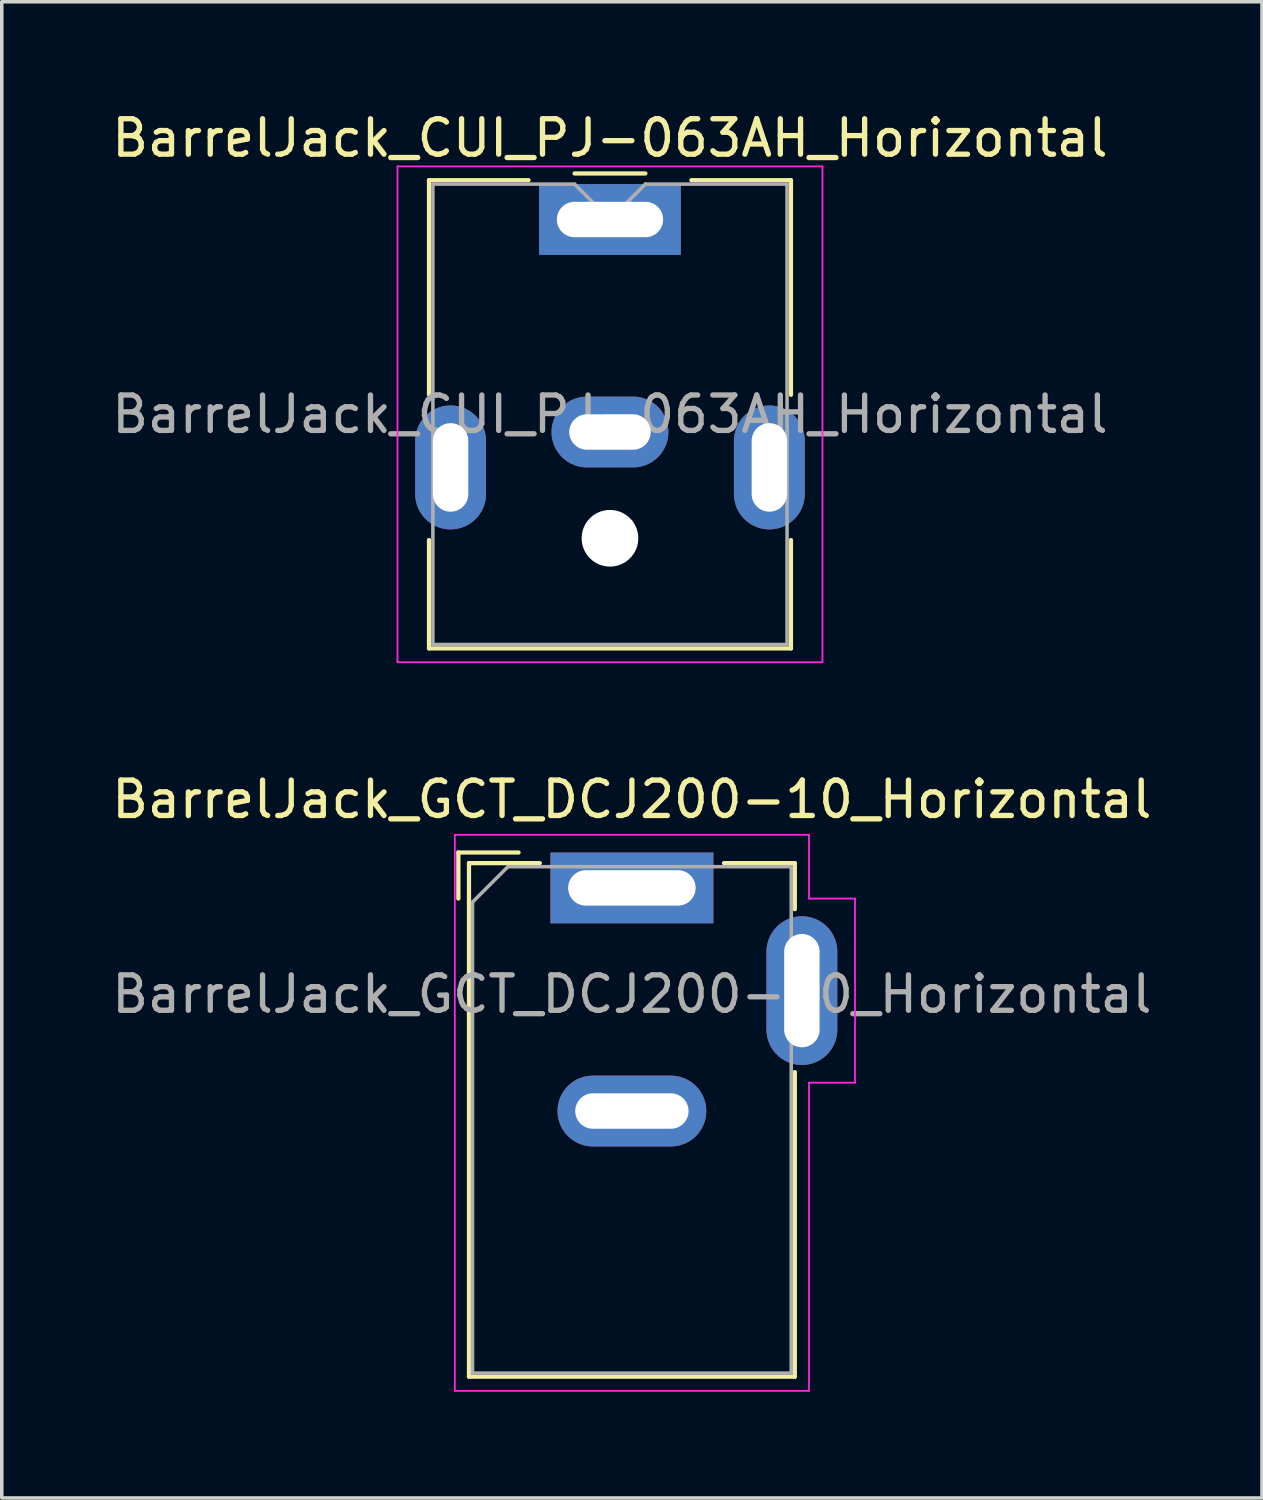
<source format=kicad_pcb>
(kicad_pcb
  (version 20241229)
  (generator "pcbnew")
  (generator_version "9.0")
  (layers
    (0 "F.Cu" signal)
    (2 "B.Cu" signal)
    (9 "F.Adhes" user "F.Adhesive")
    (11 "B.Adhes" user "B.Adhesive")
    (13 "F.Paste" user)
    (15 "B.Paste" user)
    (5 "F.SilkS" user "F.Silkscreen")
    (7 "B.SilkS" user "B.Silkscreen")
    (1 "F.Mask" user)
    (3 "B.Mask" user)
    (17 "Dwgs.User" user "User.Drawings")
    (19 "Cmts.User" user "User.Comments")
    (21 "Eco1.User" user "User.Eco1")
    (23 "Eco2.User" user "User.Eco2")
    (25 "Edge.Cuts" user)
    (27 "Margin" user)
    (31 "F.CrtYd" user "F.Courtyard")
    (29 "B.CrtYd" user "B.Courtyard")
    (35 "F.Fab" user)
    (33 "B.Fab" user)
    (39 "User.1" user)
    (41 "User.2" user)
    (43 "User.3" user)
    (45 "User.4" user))
  (footprint "BarrelJack_CUI_PJ-063AH_Horizontal"
    (layer "F.Cu")
    (at 14.173 3.148)
    (property "Reference" "BarrelJack_CUI_PJ-063AH_Horizontal" (at 0 -2.3 0) (layer "F.SilkS") (effects (font (size 1 1) (thickness 0.15))))
    (attr through_hole)
    (fp_line (start -5.11 -1.11) (end -2.3 -1.11) (stroke (width 0.12) (type solid)) (layer "F.SilkS"))
    (fp_line (start -5.11 4.95) (end -5.11 -1.11) (stroke (width 0.12) (type solid)) (layer "F.SilkS"))
    (fp_line (start -5.11 12.11) (end -5.11 9.05) (stroke (width 0.12) (type solid)) (layer "F.SilkS"))
    (fp_line (start -1 -1.3) (end 1 -1.3) (stroke (width 0.12) (type solid)) (layer "F.SilkS"))
    (fp_line (start 2.3 -1.11) (end 5.11 -1.11) (stroke (width 0.12) (type solid)) (layer "F.SilkS"))
    (fp_line (start 5.11 -1.11) (end 5.11 4.95) (stroke (width 0.12) (type solid)) (layer "F.SilkS"))
    (fp_line (start 5.11 9.05) (end 5.11 12.11) (stroke (width 0.12) (type solid)) (layer "F.SilkS"))
    (fp_line (start 5.11 12.11) (end -5.11 12.11) (stroke (width 0.12) (type solid)) (layer "F.SilkS"))
    (fp_line (start -6 -1.5) (end -6 12.5) (stroke (width 0.05) (type solid)) (layer "F.CrtYd"))
    (fp_line (start -6 12.5) (end 6 12.5) (stroke (width 0.05) (type solid)) (layer "F.CrtYd"))
    (fp_line (start 6 -1.5) (end -6 -1.5) (stroke (width 0.05) (type solid)) (layer "F.CrtYd"))
    (fp_line (start 6 12.5) (end 6 -1.5) (stroke (width 0.05) (type solid)) (layer "F.CrtYd"))
    (fp_line (start -5 -1) (end -1 -1) (stroke (width 0.1) (type solid)) (layer "F.Fab"))
    (fp_line (start -5 12) (end -5 -1) (stroke (width 0.1) (type solid)) (layer "F.Fab"))
    (fp_line (start -1 -1) (end 0 0) (stroke (width 0.1) (type solid)) (layer "F.Fab"))
    (fp_line (start 0 0) (end 1 -1) (stroke (width 0.1) (type solid)) (layer "F.Fab"))
    (fp_line (start 1 -1) (end 5 -1) (stroke (width 0.1) (type solid)) (layer "F.Fab"))
    (fp_line (start 5 -1) (end 5 12) (stroke (width 0.1) (type solid)) (layer "F.Fab"))
    (fp_line (start 5 12) (end -5 12) (stroke (width 0.1) (type solid)) (layer "F.Fab"))
    (fp_text user "${REFERENCE}" (at 0 5.5 0) (layer "F.Fab") (effects (font (size 1 1) (thickness 0.15))))
    (pad "" np_thru_hole circle (at 0 9) (size 1.6 1.6) (drill 1.6) (layers "*.Cu" "*.Mask"))
    (pad "1" thru_hole rect (at 0 0) (size 4 2) (drill oval 3 1) (layers "*.Cu" "*.Mask"))
    (pad "2" thru_hole oval (at 0 6) (size 3.3 2) (drill oval 2.3 1) (layers "*.Cu" "*.Mask"))
    (pad "MP" thru_hole oval (at -4.5 7) (size 2 3.5) (drill oval 1 2.5) (layers "*.Cu" "*.Mask"))
    (pad "MP" thru_hole oval (at 4.5 7) (size 2 3.5) (drill oval 1 2.5) (layers "*.Cu" "*.Mask")))
  (footprint "BarrelJack_GCT_DCJ200-10_Horizontal"
    (layer "F.Cu")
    (at 14.792 22.021)
    (property "Reference" "BarrelJack_GCT_DCJ200-10_Horizontal" (at 0 -2.5 0) (layer "F.SilkS") (effects (font (size 1 1) (thickness 0.15))))
    (attr through_hole)
    (fp_line (start -4.9 -1) (end -4.9 0.3) (stroke (width 0.12) (type solid)) (layer "F.SilkS"))
    (fp_line (start -4.6 -0.7) (end -2.6 -0.7) (stroke (width 0.12) (type solid)) (layer "F.SilkS"))
    (fp_line (start -4.6 13.8) (end -4.6 -0.7) (stroke (width 0.12) (type solid)) (layer "F.SilkS"))
    (fp_line (start -3.2 -1) (end -4.9 -1) (stroke (width 0.12) (type solid)) (layer "F.SilkS"))
    (fp_line (start 2.6 -0.7) (end 4.6 -0.7) (stroke (width 0.12) (type solid)) (layer "F.SilkS"))
    (fp_line (start 4.6 -0.7) (end 4.6 0.6) (stroke (width 0.12) (type solid)) (layer "F.SilkS"))
    (fp_line (start 4.6 5.2) (end 4.6 13.8) (stroke (width 0.12) (type solid)) (layer "F.SilkS"))
    (fp_line (start 4.6 13.8) (end -4.6 13.8) (stroke (width 0.12) (type solid)) (layer "F.SilkS"))
    (fp_line (start -5 -1.5) (end -5 14.2) (stroke (width 0.05) (type solid)) (layer "F.CrtYd"))
    (fp_line (start -5 14.2) (end 5 14.2) (stroke (width 0.05) (type solid)) (layer "F.CrtYd"))
    (fp_line (start 5 -1.5) (end -5 -1.5) (stroke (width 0.05) (type solid)) (layer "F.CrtYd"))
    (fp_line (start 5 0.3) (end 5 -1.5) (stroke (width 0.05) (type solid)) (layer "F.CrtYd"))
    (fp_line (start 5 14.2) (end 5 5.5) (stroke (width 0.05) (type solid)) (layer "F.CrtYd"))
    (fp_line (start 6.3 0.3) (end 5 0.3) (stroke (width 0.05) (type solid)) (layer "F.CrtYd"))
    (fp_line (start 6.3 0.3) (end 6.3 5.5) (stroke (width 0.05) (type solid)) (layer "F.CrtYd"))
    (fp_line (start 6.3 5.5) (end 5 5.5) (stroke (width 0.05) (type solid)) (layer "F.CrtYd"))
    (fp_line (start -4.5 0.4) (end -3.5 -0.6) (stroke (width 0.1) (type solid)) (layer "F.Fab"))
    (fp_line (start -4.5 13.7) (end -4.5 0.4) (stroke (width 0.1) (type solid)) (layer "F.Fab"))
    (fp_line (start 4.5 -0.6) (end -3.5 -0.6) (stroke (width 0.1) (type solid)) (layer "F.Fab"))
    (fp_line (start 4.5 -0.6) (end 4.5 13.7) (stroke (width 0.1) (type solid)) (layer "F.Fab"))
    (fp_line (start 4.5 13.7) (end -4.5 13.7) (stroke (width 0.1) (type solid)) (layer "F.Fab"))
    (fp_text user "${REFERENCE}" (at 0 3 0) (layer "F.Fab") (effects (font (size 1 1) (thickness 0.15))))
    (pad "1" thru_hole rect (at 0 0) (size 4.6 2) (drill oval 3.6 1) (layers "*.Cu" "*.Mask"))
    (pad "2" thru_hole oval (at 0 6.3) (size 4.2 2) (drill oval 3.2 1) (layers "*.Cu" "*.Mask"))
    (pad "3" thru_hole oval (at 4.8 2.9) (size 2 4.2) (drill oval 1 3.2) (layers "*.Cu" "*.Mask")))
  (gr_rect
    (start -3 -3)
    (end 32.583 39.246)
    (stroke (width 0.1) (type default))
    (fill no)
    (layer "Edge.Cuts")))
</source>
